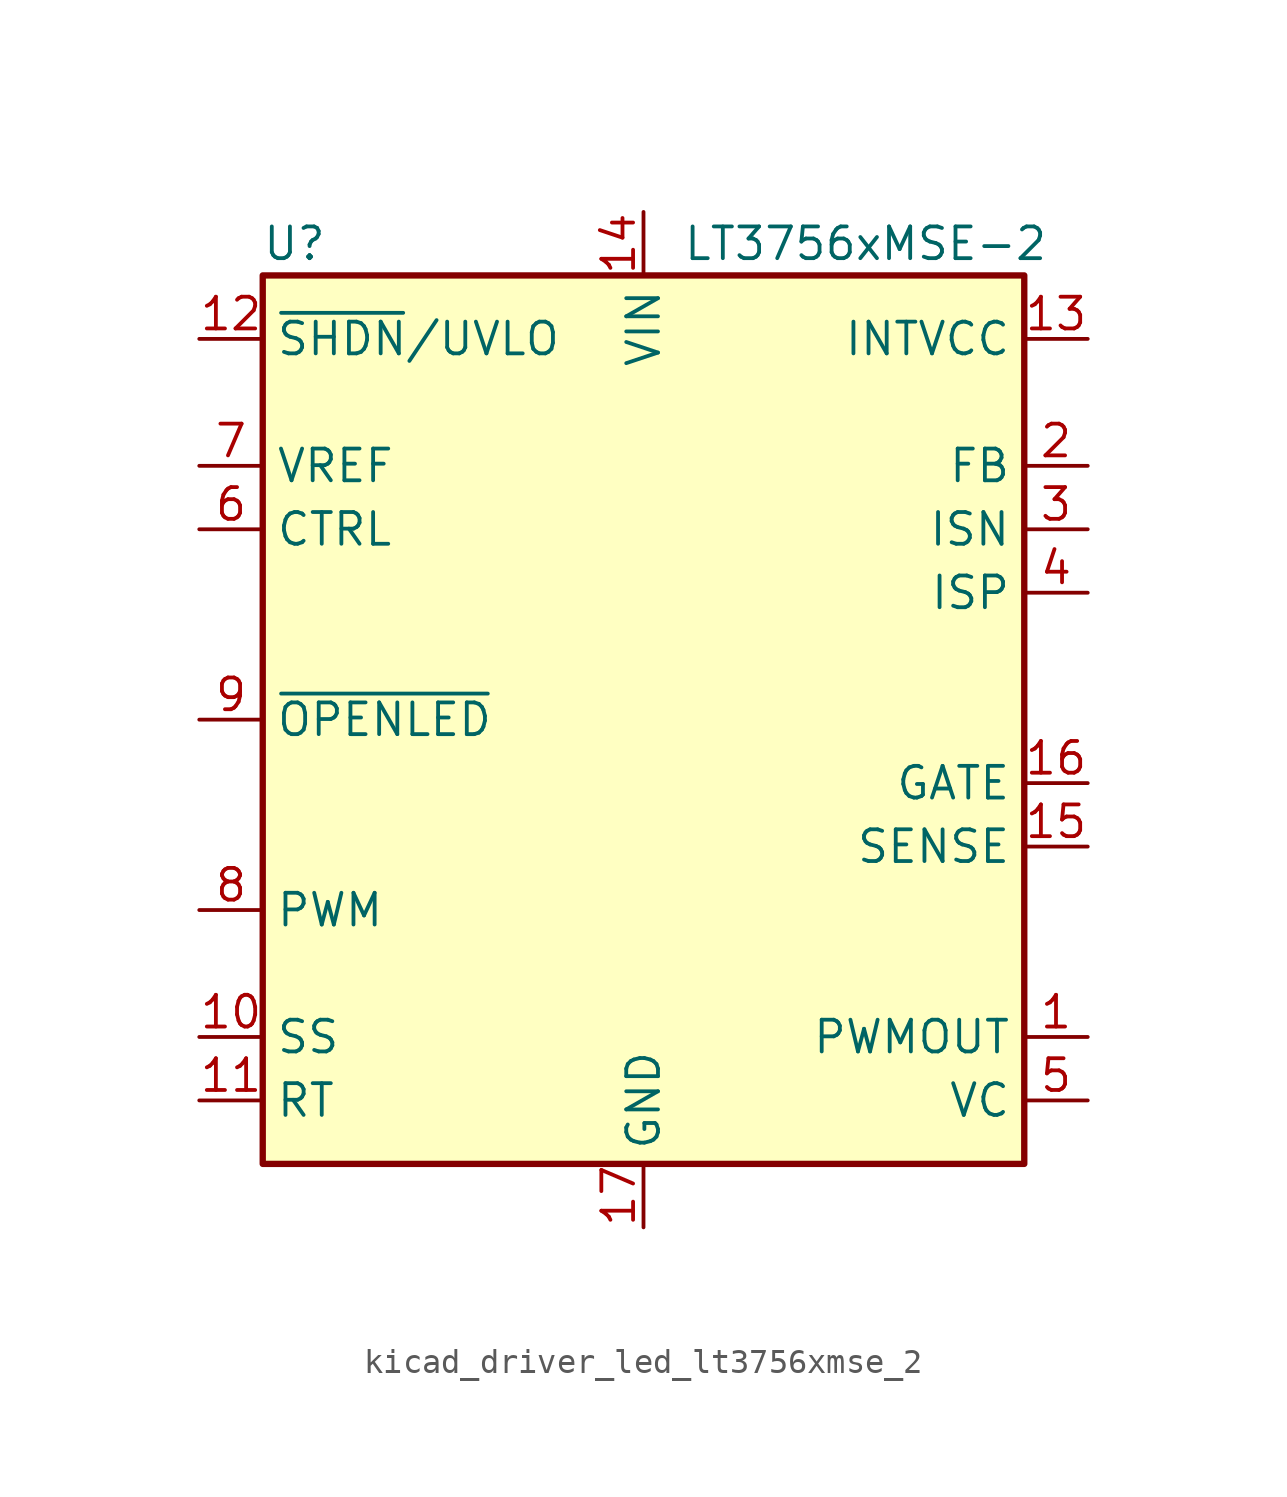
<source format=kicad_sym>
(kicad_symbol_lib
  (version 20220914)
  (generator kicad_symbol_editor)
  (symbol "kicad_driver_led_lt3756xmse_2"
    (property "Reference" "U"
      (at -13.97 19.05 0)
      (effects (font (size 1.27 1.27))))
    (property "Value" "LT3756xMSE-2"
      (at 8.89 19.05 0)
      (effects (font (size 1.27 1.27))))
    (symbol "kicad_driver_led_lt3756xmse_2_0_1"
      (rectangle (start -15.24 -17.78) (end 15.24 17.78) (stroke (width 0.254) (type default)) (fill (type background))))
    (symbol "kicad_driver_led_lt3756xmse_2_1_1"
      (pin output line (at 17.78 -12.7 180) (length 2.54) (name "PWMOUT" (effects (font (size 1.27 1.27)))) (number "1" (effects (font (size 1.27 1.27)))))
      (pin input line (at -17.78 -12.7 0) (length 2.54) (name "SS" (effects (font (size 1.27 1.27)))) (number "10" (effects (font (size 1.27 1.27)))))
      (pin input line (at -17.78 -15.24 0) (length 2.54) (name "RT" (effects (font (size 1.27 1.27)))) (number "11" (effects (font (size 1.27 1.27)))))
      (pin input line (at -17.78 15.24 0) (length 2.54) (name "~{SHDN}/UVLO" (effects (font (size 1.27 1.27)))) (number "12" (effects (font (size 1.27 1.27)))))
      (pin power_out line (at 17.78 15.24 180) (length 2.54) (name "INTVCC" (effects (font (size 1.27 1.27)))) (number "13" (effects (font (size 1.27 1.27)))))
      (pin power_in line (at 0 20.32 270) (length 2.54) (name "VIN" (effects (font (size 1.27 1.27)))) (number "14" (effects (font (size 1.27 1.27)))))
      (pin input line (at 17.78 -5.08 180) (length 2.54) (name "SENSE" (effects (font (size 1.27 1.27)))) (number "15" (effects (font (size 1.27 1.27)))))
      (pin output line (at 17.78 -2.54 180) (length 2.54) (name "GATE" (effects (font (size 1.27 1.27)))) (number "16" (effects (font (size 1.27 1.27)))))
      (pin power_in line (at 0 -20.32 90) (length 2.54) (name "GND" (effects (font (size 1.27 1.27)))) (number "17" (effects (font (size 1.27 1.27)))))
      (pin input line (at 17.78 10.16 180) (length 2.54) (name "FB" (effects (font (size 1.27 1.27)))) (number "2" (effects (font (size 1.27 1.27)))))
      (pin input line (at 17.78 7.62 180) (length 2.54) (name "ISN" (effects (font (size 1.27 1.27)))) (number "3" (effects (font (size 1.27 1.27)))))
      (pin input line (at 17.78 5.08 180) (length 2.54) (name "ISP" (effects (font (size 1.27 1.27)))) (number "4" (effects (font (size 1.27 1.27)))))
      (pin output line (at 17.78 -15.24 180) (length 2.54) (name "VC" (effects (font (size 1.27 1.27)))) (number "5" (effects (font (size 1.27 1.27)))))
      (pin input line (at -17.78 7.62 0) (length 2.54) (name "CTRL" (effects (font (size 1.27 1.27)))) (number "6" (effects (font (size 1.27 1.27)))))
      (pin output line (at -17.78 10.16 0) (length 2.54) (name "VREF" (effects (font (size 1.27 1.27)))) (number "7" (effects (font (size 1.27 1.27)))))
      (pin input line (at -17.78 -7.62 0) (length 2.54) (name "PWM" (effects (font (size 1.27 1.27)))) (number "8" (effects (font (size 1.27 1.27)))))
      (pin open_collector line (at -17.78 0 0) (length 2.54) (name "~{OPENLED}" (effects (font (size 1.27 1.27)))) (number "9" (effects (font (size 1.27 1.27))))))))
</source>
